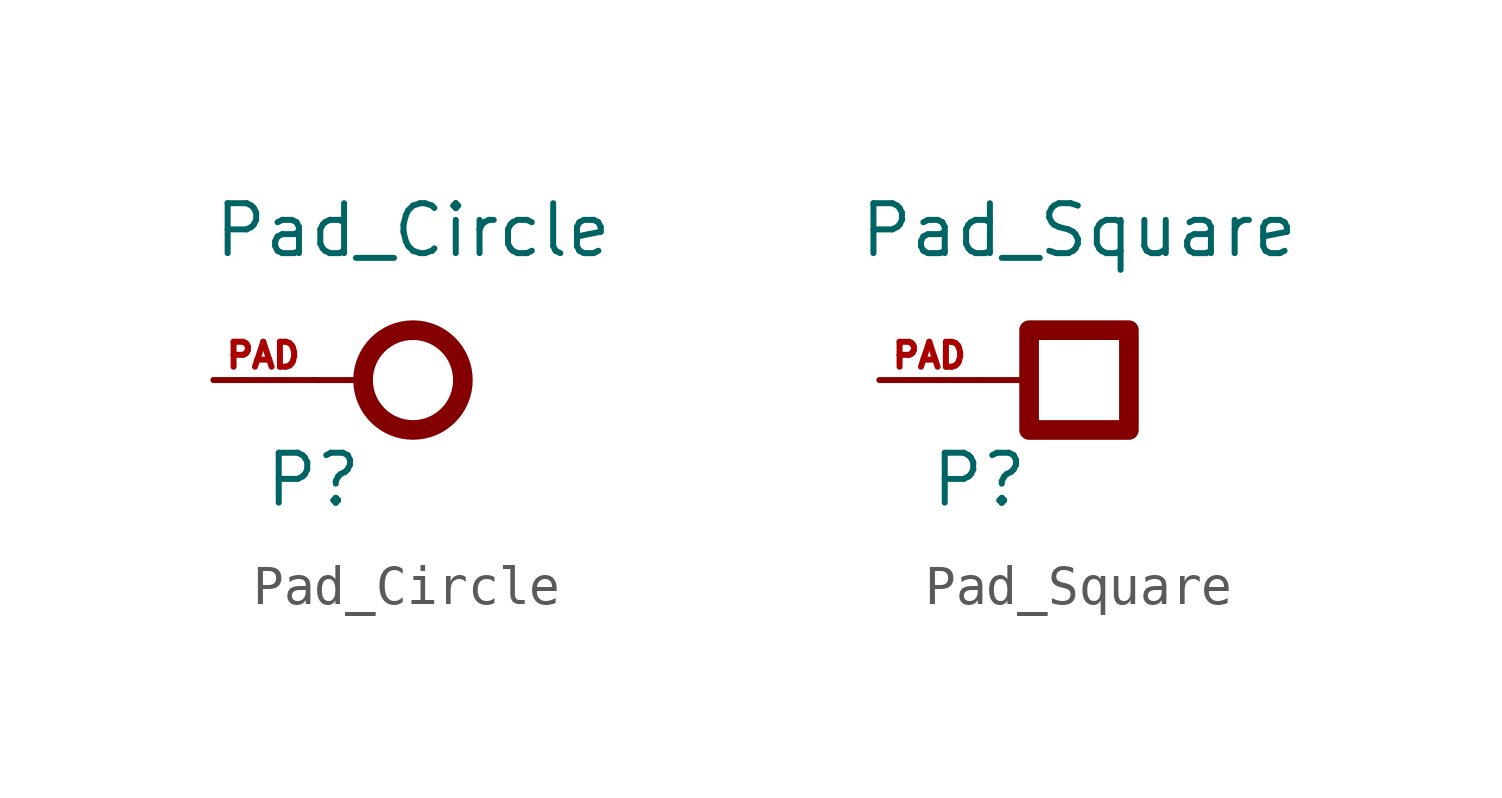
<source format=kicad_sym>
(kicad_symbol_lib
  (version 20211014)
  (generator kicad_symbol_editor)
  (symbol "Pad_Circle"
    (pin_names hide)
    (property "Reference" "P"
      (at -2.54 -2.54 0)
      (effects (font (size 1.27 1.27))))
    (property "Value" "Pad_Circle"
      (at 0 3.81 0)
      (effects (font (size 1.27 1.27))))
    (symbol "Pad_Circle_0_1"
      (circle (center 0 0) (radius 1.27) (stroke (width 0.5) (type default) (color 0 0 0 0)) (fill (type none)))
      (polyline (pts (xy -2.54 0) (xy -1.27 0)) (stroke (width 0) (type default) (color 0 0 0 0)) (fill (type none))))
    (symbol "Pad_Circle_1_1"
      (pin passive line (at -5.08 0 0) (length 2.54) (name "PAD" (effects (font (size 0.635 0.635)))) (number "PAD" (effects (font (size 0.635 0.635)))))))
  (symbol "Pad_Square"
    (pin_names hide)
    (property "Reference" "P"
      (at -2.54 -2.54 0)
      (effects (font (size 1.27 1.27))))
    (property "Value" "Pad_Square"
      (at 0 3.81 0)
      (effects (font (size 1.27 1.27))))
    (symbol "Pad_Square_0_1"
      (rectangle (start -1.27 1.27) (end 1.27 -1.27) (stroke (width 0.5) (type default) (color 0 0 0 0)) (fill (type none)))
      (polyline (pts (xy -2.54 0) (xy -1.27 0)) (stroke (width 0.152) (type default) (color 0 0 0 0)) (fill (type none))))
    (symbol "Pad_Square_1_1"
      (pin passive line (at -5.08 0 0) (length 2.54) (name "PAD" (effects (font (size 0.635 0.635)))) (number "PAD" (effects (font (size 0.635 0.635))))))))
</source>
